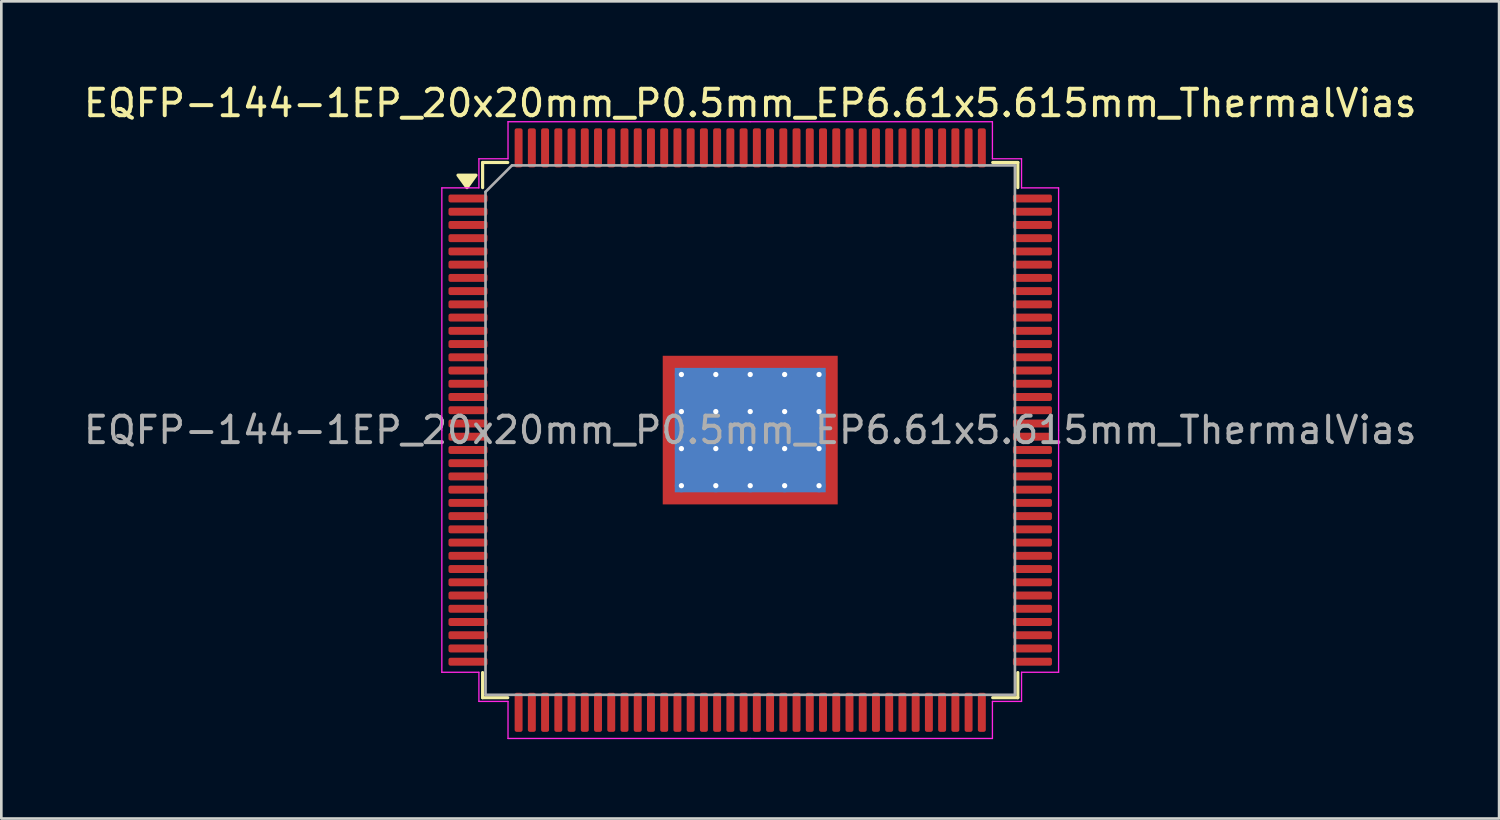
<source format=kicad_pcb>
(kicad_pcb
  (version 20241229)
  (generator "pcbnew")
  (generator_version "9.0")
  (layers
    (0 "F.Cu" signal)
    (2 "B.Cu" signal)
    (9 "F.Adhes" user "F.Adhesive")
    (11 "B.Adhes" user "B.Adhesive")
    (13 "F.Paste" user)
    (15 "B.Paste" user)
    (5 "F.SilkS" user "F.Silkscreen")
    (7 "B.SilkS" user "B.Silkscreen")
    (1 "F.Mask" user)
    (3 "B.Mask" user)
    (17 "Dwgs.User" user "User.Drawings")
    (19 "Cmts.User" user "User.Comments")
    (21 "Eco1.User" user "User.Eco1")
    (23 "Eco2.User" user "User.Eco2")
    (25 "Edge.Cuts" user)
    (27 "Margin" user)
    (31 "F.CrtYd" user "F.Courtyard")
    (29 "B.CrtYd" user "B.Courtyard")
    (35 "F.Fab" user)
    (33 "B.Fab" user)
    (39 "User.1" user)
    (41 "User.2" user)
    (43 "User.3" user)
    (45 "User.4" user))
  (footprint "EQFP-144-1EP_20x20mm_P0.5mm_EP6.61x5.615mm_ThermalVias"
    (layer "F.Cu")
    (at 25.292 13.198)
    (property "Reference" "EQFP-144-1EP_20x20mm_P0.5mm_EP6.61x5.615mm_ThermalVias" (at 0 -12.35 0) (layer "F.SilkS") (effects (font (size 1 1) (thickness 0.15))))
    (attr smd)
    (fp_line (start -10.11 -10.11) (end -10.11 -9.16) (stroke (width 0.12) (type solid)) (layer "F.SilkS"))
    (fp_line (start -10.11 10.11) (end -10.11 9.16) (stroke (width 0.12) (type solid)) (layer "F.SilkS"))
    (fp_line (start -9.16 -10.11) (end -10.11 -10.11) (stroke (width 0.12) (type solid)) (layer "F.SilkS"))
    (fp_line (start -9.16 10.11) (end -10.11 10.11) (stroke (width 0.12) (type solid)) (layer "F.SilkS"))
    (fp_line (start 9.16 -10.11) (end 10.11 -10.11) (stroke (width 0.12) (type solid)) (layer "F.SilkS"))
    (fp_line (start 9.16 10.11) (end 10.11 10.11) (stroke (width 0.12) (type solid)) (layer "F.SilkS"))
    (fp_line (start 10.11 -10.11) (end 10.11 -9.16) (stroke (width 0.12) (type solid)) (layer "F.SilkS"))
    (fp_line (start 10.11 10.11) (end 10.11 9.16) (stroke (width 0.12) (type solid)) (layer "F.SilkS"))
    (fp_poly (pts (xy -10.7 -9.16) (xy -11.04 -9.63) (xy -10.36 -9.63) (xy -10.7 -9.16)) (stroke (width 0.12) (type solid)) (fill yes) (layer "F.SilkS"))
    (fp_line (start -11.65 -9.15) (end -11.65 0) (stroke (width 0.05) (type solid)) (layer "F.CrtYd"))
    (fp_line (start -11.65 9.15) (end -11.65 0) (stroke (width 0.05) (type solid)) (layer "F.CrtYd"))
    (fp_line (start -10.25 -10.25) (end -10.25 -9.15) (stroke (width 0.05) (type solid)) (layer "F.CrtYd"))
    (fp_line (start -10.25 -9.15) (end -11.65 -9.15) (stroke (width 0.05) (type solid)) (layer "F.CrtYd"))
    (fp_line (start -10.25 9.15) (end -11.65 9.15) (stroke (width 0.05) (type solid)) (layer "F.CrtYd"))
    (fp_line (start -10.25 10.25) (end -10.25 9.15) (stroke (width 0.05) (type solid)) (layer "F.CrtYd"))
    (fp_line (start -9.15 -11.65) (end -9.15 -10.25) (stroke (width 0.05) (type solid)) (layer "F.CrtYd"))
    (fp_line (start -9.15 -10.25) (end -10.25 -10.25) (stroke (width 0.05) (type solid)) (layer "F.CrtYd"))
    (fp_line (start -9.15 10.25) (end -10.25 10.25) (stroke (width 0.05) (type solid)) (layer "F.CrtYd"))
    (fp_line (start -9.15 11.65) (end -9.15 10.25) (stroke (width 0.05) (type solid)) (layer "F.CrtYd"))
    (fp_line (start 0 -11.65) (end -9.15 -11.65) (stroke (width 0.05) (type solid)) (layer "F.CrtYd"))
    (fp_line (start 0 -11.65) (end 9.15 -11.65) (stroke (width 0.05) (type solid)) (layer "F.CrtYd"))
    (fp_line (start 0 11.65) (end -9.15 11.65) (stroke (width 0.05) (type solid)) (layer "F.CrtYd"))
    (fp_line (start 0 11.65) (end 9.15 11.65) (stroke (width 0.05) (type solid)) (layer "F.CrtYd"))
    (fp_line (start 9.15 -11.65) (end 9.15 -10.25) (stroke (width 0.05) (type solid)) (layer "F.CrtYd"))
    (fp_line (start 9.15 -10.25) (end 10.25 -10.25) (stroke (width 0.05) (type solid)) (layer "F.CrtYd"))
    (fp_line (start 9.15 10.25) (end 10.25 10.25) (stroke (width 0.05) (type solid)) (layer "F.CrtYd"))
    (fp_line (start 9.15 11.65) (end 9.15 10.25) (stroke (width 0.05) (type solid)) (layer "F.CrtYd"))
    (fp_line (start 10.25 -10.25) (end 10.25 -9.15) (stroke (width 0.05) (type solid)) (layer "F.CrtYd"))
    (fp_line (start 10.25 -9.15) (end 11.65 -9.15) (stroke (width 0.05) (type solid)) (layer "F.CrtYd"))
    (fp_line (start 10.25 9.15) (end 11.65 9.15) (stroke (width 0.05) (type solid)) (layer "F.CrtYd"))
    (fp_line (start 10.25 10.25) (end 10.25 9.15) (stroke (width 0.05) (type solid)) (layer "F.CrtYd"))
    (fp_line (start 11.65 -9.15) (end 11.65 0) (stroke (width 0.05) (type solid)) (layer "F.CrtYd"))
    (fp_line (start 11.65 9.15) (end 11.65 0) (stroke (width 0.05) (type solid)) (layer "F.CrtYd"))
    (fp_line (start -10 -9) (end -9 -10) (stroke (width 0.1) (type solid)) (layer "F.Fab"))
    (fp_line (start -10 10) (end -10 -9) (stroke (width 0.1) (type solid)) (layer "F.Fab"))
    (fp_line (start -9 -10) (end 10 -10) (stroke (width 0.1) (type solid)) (layer "F.Fab"))
    (fp_line (start 10 -10) (end 10 10) (stroke (width 0.1) (type solid)) (layer "F.Fab"))
    (fp_line (start 10 10) (end -10 10) (stroke (width 0.1) (type solid)) (layer "F.Fab"))
    (fp_text user "${REFERENCE}" (at 0 0 0) (layer "F.Fab") (effects (font (size 1 1) (thickness 0.15))))
    (pad "" smd custom (at -2.953 -2.454) (size 0.465 0.465) (layers "F.Paste") (options (anchor circle)) (primitives (gr_poly (pts (xy -0.181 -0.182) (xy 0.181 -0.182) (xy 0.181 0.096) (xy 0.095 0.182) (xy -0.181 0.182)) (width 0.206) (fill yes))))
    (pad "" smd roundrect (at -2.953 -1.4) (size 0.568 1.129) (layers "F.Paste") (roundrect_rratio 0.25))
    (pad "" smd roundrect (at -2.953 0) (size 0.568 1.129) (layers "F.Paste") (roundrect_rratio 0.25))
    (pad "" smd roundrect (at -2.953 1.4) (size 0.568 1.129) (layers "F.Paste") (roundrect_rratio 0.25))
    (pad "" smd custom (at -2.953 2.454) (size 0.465 0.465) (layers "F.Paste") (options (anchor circle)) (primitives (gr_poly (pts (xy -0.181 -0.182) (xy 0.095 -0.182) (xy 0.181 -0.096) (xy 0.181 0.182) (xy -0.181 0.182)) (width 0.206) (fill yes))))
    (pad "" smd custom (at -1.95 -2.454) (size 0.508 0.508) (layers "F.Paste") (options (anchor circle)) (primitives (gr_poly (pts (xy -0.462 -0.223) (xy 0.462 -0.223) (xy 0.462 0.171) (xy 0.41 0.223) (xy -0.41 0.223) (xy -0.462 0.171)) (width 0.125) (fill yes))))
    (pad "" smd roundrect (at -1.95 -1.4) (size 1.048 1.129) (layers "F.Paste") (roundrect_rratio 0.239))
    (pad "" smd roundrect (at -1.95 0) (size 1.048 1.129) (layers "F.Paste") (roundrect_rratio 0.239))
    (pad "" smd roundrect (at -1.95 1.4) (size 1.048 1.129) (layers "F.Paste") (roundrect_rratio 0.239))
    (pad "" smd custom (at -1.95 2.454) (size 0.508 0.508) (layers "F.Paste") (options (anchor circle)) (primitives (gr_poly (pts (xy -0.462 -0.171) (xy -0.41 -0.223) (xy 0.41 -0.223) (xy 0.462 -0.171) (xy 0.462 0.223) (xy -0.462 0.223)) (width 0.125) (fill yes))))
    (pad "" smd custom (at -0.65 -2.454) (size 0.508 0.508) (layers "F.Paste") (options (anchor circle)) (primitives (gr_poly (pts (xy -0.462 -0.223) (xy 0.462 -0.223) (xy 0.462 0.171) (xy 0.41 0.223) (xy -0.41 0.223) (xy -0.462 0.171)) (width 0.125) (fill yes))))
    (pad "" smd roundrect (at -0.65 -1.4) (size 1.048 1.129) (layers "F.Paste") (roundrect_rratio 0.239))
    (pad "" smd roundrect (at -0.65 0) (size 1.048 1.129) (layers "F.Paste") (roundrect_rratio 0.239))
    (pad "" smd roundrect (at -0.65 1.4) (size 1.048 1.129) (layers "F.Paste") (roundrect_rratio 0.239))
    (pad "" smd custom (at -0.65 2.454) (size 0.508 0.508) (layers "F.Paste") (options (anchor circle)) (primitives (gr_poly (pts (xy -0.462 -0.171) (xy -0.41 -0.223) (xy 0.41 -0.223) (xy 0.462 -0.171) (xy 0.462 0.223) (xy -0.462 0.223)) (width 0.125) (fill yes))))
    (pad "" smd custom (at 0.65 -2.454) (size 0.508 0.508) (layers "F.Paste") (options (anchor circle)) (primitives (gr_poly (pts (xy -0.462 -0.223) (xy 0.462 -0.223) (xy 0.462 0.171) (xy 0.41 0.223) (xy -0.41 0.223) (xy -0.462 0.171)) (width 0.125) (fill yes))))
    (pad "" smd roundrect (at 0.65 -1.4) (size 1.048 1.129) (layers "F.Paste") (roundrect_rratio 0.239))
    (pad "" smd roundrect (at 0.65 0) (size 1.048 1.129) (layers "F.Paste") (roundrect_rratio 0.239))
    (pad "" smd roundrect (at 0.65 1.4) (size 1.048 1.129) (layers "F.Paste") (roundrect_rratio 0.239))
    (pad "" smd custom (at 0.65 2.454) (size 0.508 0.508) (layers "F.Paste") (options (anchor circle)) (primitives (gr_poly (pts (xy -0.462 -0.171) (xy -0.41 -0.223) (xy 0.41 -0.223) (xy 0.462 -0.171) (xy 0.462 0.223) (xy -0.462 0.223)) (width 0.125) (fill yes))))
    (pad "" smd custom (at 1.95 -2.454) (size 0.508 0.508) (layers "F.Paste") (options (anchor circle)) (primitives (gr_poly (pts (xy -0.462 -0.223) (xy 0.462 -0.223) (xy 0.462 0.171) (xy 0.41 0.223) (xy -0.41 0.223) (xy -0.462 0.171)) (width 0.125) (fill yes))))
    (pad "" smd roundrect (at 1.95 -1.4) (size 1.048 1.129) (layers "F.Paste") (roundrect_rratio 0.239))
    (pad "" smd roundrect (at 1.95 0) (size 1.048 1.129) (layers "F.Paste") (roundrect_rratio 0.239))
    (pad "" smd roundrect (at 1.95 1.4) (size 1.048 1.129) (layers "F.Paste") (roundrect_rratio 0.239))
    (pad "" smd custom (at 1.95 2.454) (size 0.508 0.508) (layers "F.Paste") (options (anchor circle)) (primitives (gr_poly (pts (xy -0.462 -0.171) (xy -0.41 -0.223) (xy 0.41 -0.223) (xy 0.462 -0.171) (xy 0.462 0.223) (xy -0.462 0.223)) (width 0.125) (fill yes))))
    (pad "" smd custom (at 2.953 -2.454) (size 0.465 0.465) (layers "F.Paste") (options (anchor circle)) (primitives (gr_poly (pts (xy -0.181 -0.182) (xy 0.181 -0.182) (xy 0.181 0.182) (xy -0.095 0.182) (xy -0.181 0.096)) (width 0.206) (fill yes))))
    (pad "" smd roundrect (at 2.953 -1.4) (size 0.568 1.129) (layers "F.Paste") (roundrect_rratio 0.25))
    (pad "" smd roundrect (at 2.953 0) (size 0.568 1.129) (layers "F.Paste") (roundrect_rratio 0.25))
    (pad "" smd roundrect (at 2.953 1.4) (size 0.568 1.129) (layers "F.Paste") (roundrect_rratio 0.25))
    (pad "" smd custom (at 2.953 2.454) (size 0.465 0.465) (layers "F.Paste") (options (anchor circle)) (primitives (gr_poly (pts (xy -0.181 -0.096) (xy -0.095 -0.182) (xy 0.181 -0.182) (xy 0.181 0.182) (xy -0.181 0.182)) (width 0.206) (fill yes))))
    (pad "1" smd roundrect (at -10.662 -8.75) (size 1.475 0.3) (layers "F.Cu" "F.Mask" "F.Paste") (roundrect_rratio 0.25))
    (pad "2" smd roundrect (at -10.662 -8.25) (size 1.475 0.3) (layers "F.Cu" "F.Mask" "F.Paste") (roundrect_rratio 0.25))
    (pad "3" smd roundrect (at -10.662 -7.75) (size 1.475 0.3) (layers "F.Cu" "F.Mask" "F.Paste") (roundrect_rratio 0.25))
    (pad "4" smd roundrect (at -10.662 -7.25) (size 1.475 0.3) (layers "F.Cu" "F.Mask" "F.Paste") (roundrect_rratio 0.25))
    (pad "5" smd roundrect (at -10.662 -6.75) (size 1.475 0.3) (layers "F.Cu" "F.Mask" "F.Paste") (roundrect_rratio 0.25))
    (pad "6" smd roundrect (at -10.662 -6.25) (size 1.475 0.3) (layers "F.Cu" "F.Mask" "F.Paste") (roundrect_rratio 0.25))
    (pad "7" smd roundrect (at -10.662 -5.75) (size 1.475 0.3) (layers "F.Cu" "F.Mask" "F.Paste") (roundrect_rratio 0.25))
    (pad "8" smd roundrect (at -10.662 -5.25) (size 1.475 0.3) (layers "F.Cu" "F.Mask" "F.Paste") (roundrect_rratio 0.25))
    (pad "9" smd roundrect (at -10.662 -4.75) (size 1.475 0.3) (layers "F.Cu" "F.Mask" "F.Paste") (roundrect_rratio 0.25))
    (pad "10" smd roundrect (at -10.662 -4.25) (size 1.475 0.3) (layers "F.Cu" "F.Mask" "F.Paste") (roundrect_rratio 0.25))
    (pad "11" smd roundrect (at -10.662 -3.75) (size 1.475 0.3) (layers "F.Cu" "F.Mask" "F.Paste") (roundrect_rratio 0.25))
    (pad "12" smd roundrect (at -10.662 -3.25) (size 1.475 0.3) (layers "F.Cu" "F.Mask" "F.Paste") (roundrect_rratio 0.25))
    (pad "13" smd roundrect (at -10.662 -2.75) (size 1.475 0.3) (layers "F.Cu" "F.Mask" "F.Paste") (roundrect_rratio 0.25))
    (pad "14" smd roundrect (at -10.662 -2.25) (size 1.475 0.3) (layers "F.Cu" "F.Mask" "F.Paste") (roundrect_rratio 0.25))
    (pad "15" smd roundrect (at -10.662 -1.75) (size 1.475 0.3) (layers "F.Cu" "F.Mask" "F.Paste") (roundrect_rratio 0.25))
    (pad "16" smd roundrect (at -10.662 -1.25) (size 1.475 0.3) (layers "F.Cu" "F.Mask" "F.Paste") (roundrect_rratio 0.25))
    (pad "17" smd roundrect (at -10.662 -0.75) (size 1.475 0.3) (layers "F.Cu" "F.Mask" "F.Paste") (roundrect_rratio 0.25))
    (pad "18" smd roundrect (at -10.662 -0.25) (size 1.475 0.3) (layers "F.Cu" "F.Mask" "F.Paste") (roundrect_rratio 0.25))
    (pad "19" smd roundrect (at -10.662 0.25) (size 1.475 0.3) (layers "F.Cu" "F.Mask" "F.Paste") (roundrect_rratio 0.25))
    (pad "20" smd roundrect (at -10.662 0.75) (size 1.475 0.3) (layers "F.Cu" "F.Mask" "F.Paste") (roundrect_rratio 0.25))
    (pad "21" smd roundrect (at -10.662 1.25) (size 1.475 0.3) (layers "F.Cu" "F.Mask" "F.Paste") (roundrect_rratio 0.25))
    (pad "22" smd roundrect (at -10.662 1.75) (size 1.475 0.3) (layers "F.Cu" "F.Mask" "F.Paste") (roundrect_rratio 0.25))
    (pad "23" smd roundrect (at -10.662 2.25) (size 1.475 0.3) (layers "F.Cu" "F.Mask" "F.Paste") (roundrect_rratio 0.25))
    (pad "24" smd roundrect (at -10.662 2.75) (size 1.475 0.3) (layers "F.Cu" "F.Mask" "F.Paste") (roundrect_rratio 0.25))
    (pad "25" smd roundrect (at -10.662 3.25) (size 1.475 0.3) (layers "F.Cu" "F.Mask" "F.Paste") (roundrect_rratio 0.25))
    (pad "26" smd roundrect (at -10.662 3.75) (size 1.475 0.3) (layers "F.Cu" "F.Mask" "F.Paste") (roundrect_rratio 0.25))
    (pad "27" smd roundrect (at -10.662 4.25) (size 1.475 0.3) (layers "F.Cu" "F.Mask" "F.Paste") (roundrect_rratio 0.25))
    (pad "28" smd roundrect (at -10.662 4.75) (size 1.475 0.3) (layers "F.Cu" "F.Mask" "F.Paste") (roundrect_rratio 0.25))
    (pad "29" smd roundrect (at -10.662 5.25) (size 1.475 0.3) (layers "F.Cu" "F.Mask" "F.Paste") (roundrect_rratio 0.25))
    (pad "30" smd roundrect (at -10.662 5.75) (size 1.475 0.3) (layers "F.Cu" "F.Mask" "F.Paste") (roundrect_rratio 0.25))
    (pad "31" smd roundrect (at -10.662 6.25) (size 1.475 0.3) (layers "F.Cu" "F.Mask" "F.Paste") (roundrect_rratio 0.25))
    (pad "32" smd roundrect (at -10.662 6.75) (size 1.475 0.3) (layers "F.Cu" "F.Mask" "F.Paste") (roundrect_rratio 0.25))
    (pad "33" smd roundrect (at -10.662 7.25) (size 1.475 0.3) (layers "F.Cu" "F.Mask" "F.Paste") (roundrect_rratio 0.25))
    (pad "34" smd roundrect (at -10.662 7.75) (size 1.475 0.3) (layers "F.Cu" "F.Mask" "F.Paste") (roundrect_rratio 0.25))
    (pad "35" smd roundrect (at -10.662 8.25) (size 1.475 0.3) (layers "F.Cu" "F.Mask" "F.Paste") (roundrect_rratio 0.25))
    (pad "36" smd roundrect (at -10.662 8.75) (size 1.475 0.3) (layers "F.Cu" "F.Mask" "F.Paste") (roundrect_rratio 0.25))
    (pad "37" smd roundrect (at -8.75 10.662) (size 0.3 1.475) (layers "F.Cu" "F.Mask" "F.Paste") (roundrect_rratio 0.25))
    (pad "38" smd roundrect (at -8.25 10.662) (size 0.3 1.475) (layers "F.Cu" "F.Mask" "F.Paste") (roundrect_rratio 0.25))
    (pad "39" smd roundrect (at -7.75 10.662) (size 0.3 1.475) (layers "F.Cu" "F.Mask" "F.Paste") (roundrect_rratio 0.25))
    (pad "40" smd roundrect (at -7.25 10.662) (size 0.3 1.475) (layers "F.Cu" "F.Mask" "F.Paste") (roundrect_rratio 0.25))
    (pad "41" smd roundrect (at -6.75 10.662) (size 0.3 1.475) (layers "F.Cu" "F.Mask" "F.Paste") (roundrect_rratio 0.25))
    (pad "42" smd roundrect (at -6.25 10.662) (size 0.3 1.475) (layers "F.Cu" "F.Mask" "F.Paste") (roundrect_rratio 0.25))
    (pad "43" smd roundrect (at -5.75 10.662) (size 0.3 1.475) (layers "F.Cu" "F.Mask" "F.Paste") (roundrect_rratio 0.25))
    (pad "44" smd roundrect (at -5.25 10.662) (size 0.3 1.475) (layers "F.Cu" "F.Mask" "F.Paste") (roundrect_rratio 0.25))
    (pad "45" smd roundrect (at -4.75 10.662) (size 0.3 1.475) (layers "F.Cu" "F.Mask" "F.Paste") (roundrect_rratio 0.25))
    (pad "46" smd roundrect (at -4.25 10.662) (size 0.3 1.475) (layers "F.Cu" "F.Mask" "F.Paste") (roundrect_rratio 0.25))
    (pad "47" smd roundrect (at -3.75 10.662) (size 0.3 1.475) (layers "F.Cu" "F.Mask" "F.Paste") (roundrect_rratio 0.25))
    (pad "48" smd roundrect (at -3.25 10.662) (size 0.3 1.475) (layers "F.Cu" "F.Mask" "F.Paste") (roundrect_rratio 0.25))
    (pad "49" smd roundrect (at -2.75 10.662) (size 0.3 1.475) (layers "F.Cu" "F.Mask" "F.Paste") (roundrect_rratio 0.25))
    (pad "50" smd roundrect (at -2.25 10.662) (size 0.3 1.475) (layers "F.Cu" "F.Mask" "F.Paste") (roundrect_rratio 0.25))
    (pad "51" smd roundrect (at -1.75 10.662) (size 0.3 1.475) (layers "F.Cu" "F.Mask" "F.Paste") (roundrect_rratio 0.25))
    (pad "52" smd roundrect (at -1.25 10.662) (size 0.3 1.475) (layers "F.Cu" "F.Mask" "F.Paste") (roundrect_rratio 0.25))
    (pad "53" smd roundrect (at -0.75 10.662) (size 0.3 1.475) (layers "F.Cu" "F.Mask" "F.Paste") (roundrect_rratio 0.25))
    (pad "54" smd roundrect (at -0.25 10.662) (size 0.3 1.475) (layers "F.Cu" "F.Mask" "F.Paste") (roundrect_rratio 0.25))
    (pad "55" smd roundrect (at 0.25 10.662) (size 0.3 1.475) (layers "F.Cu" "F.Mask" "F.Paste") (roundrect_rratio 0.25))
    (pad "56" smd roundrect (at 0.75 10.662) (size 0.3 1.475) (layers "F.Cu" "F.Mask" "F.Paste") (roundrect_rratio 0.25))
    (pad "57" smd roundrect (at 1.25 10.662) (size 0.3 1.475) (layers "F.Cu" "F.Mask" "F.Paste") (roundrect_rratio 0.25))
    (pad "58" smd roundrect (at 1.75 10.662) (size 0.3 1.475) (layers "F.Cu" "F.Mask" "F.Paste") (roundrect_rratio 0.25))
    (pad "59" smd roundrect (at 2.25 10.662) (size 0.3 1.475) (layers "F.Cu" "F.Mask" "F.Paste") (roundrect_rratio 0.25))
    (pad "60" smd roundrect (at 2.75 10.662) (size 0.3 1.475) (layers "F.Cu" "F.Mask" "F.Paste") (roundrect_rratio 0.25))
    (pad "61" smd roundrect (at 3.25 10.662) (size 0.3 1.475) (layers "F.Cu" "F.Mask" "F.Paste") (roundrect_rratio 0.25))
    (pad "62" smd roundrect (at 3.75 10.662) (size 0.3 1.475) (layers "F.Cu" "F.Mask" "F.Paste") (roundrect_rratio 0.25))
    (pad "63" smd roundrect (at 4.25 10.662) (size 0.3 1.475) (layers "F.Cu" "F.Mask" "F.Paste") (roundrect_rratio 0.25))
    (pad "64" smd roundrect (at 4.75 10.662) (size 0.3 1.475) (layers "F.Cu" "F.Mask" "F.Paste") (roundrect_rratio 0.25))
    (pad "65" smd roundrect (at 5.25 10.662) (size 0.3 1.475) (layers "F.Cu" "F.Mask" "F.Paste") (roundrect_rratio 0.25))
    (pad "66" smd roundrect (at 5.75 10.662) (size 0.3 1.475) (layers "F.Cu" "F.Mask" "F.Paste") (roundrect_rratio 0.25))
    (pad "67" smd roundrect (at 6.25 10.662) (size 0.3 1.475) (layers "F.Cu" "F.Mask" "F.Paste") (roundrect_rratio 0.25))
    (pad "68" smd roundrect (at 6.75 10.662) (size 0.3 1.475) (layers "F.Cu" "F.Mask" "F.Paste") (roundrect_rratio 0.25))
    (pad "69" smd roundrect (at 7.25 10.662) (size 0.3 1.475) (layers "F.Cu" "F.Mask" "F.Paste") (roundrect_rratio 0.25))
    (pad "70" smd roundrect (at 7.75 10.662) (size 0.3 1.475) (layers "F.Cu" "F.Mask" "F.Paste") (roundrect_rratio 0.25))
    (pad "71" smd roundrect (at 8.25 10.662) (size 0.3 1.475) (layers "F.Cu" "F.Mask" "F.Paste") (roundrect_rratio 0.25))
    (pad "72" smd roundrect (at 8.75 10.662) (size 0.3 1.475) (layers "F.Cu" "F.Mask" "F.Paste") (roundrect_rratio 0.25))
    (pad "73" smd roundrect (at 10.662 8.75) (size 1.475 0.3) (layers "F.Cu" "F.Mask" "F.Paste") (roundrect_rratio 0.25))
    (pad "74" smd roundrect (at 10.662 8.25) (size 1.475 0.3) (layers "F.Cu" "F.Mask" "F.Paste") (roundrect_rratio 0.25))
    (pad "75" smd roundrect (at 10.662 7.75) (size 1.475 0.3) (layers "F.Cu" "F.Mask" "F.Paste") (roundrect_rratio 0.25))
    (pad "76" smd roundrect (at 10.662 7.25) (size 1.475 0.3) (layers "F.Cu" "F.Mask" "F.Paste") (roundrect_rratio 0.25))
    (pad "77" smd roundrect (at 10.662 6.75) (size 1.475 0.3) (layers "F.Cu" "F.Mask" "F.Paste") (roundrect_rratio 0.25))
    (pad "78" smd roundrect (at 10.662 6.25) (size 1.475 0.3) (layers "F.Cu" "F.Mask" "F.Paste") (roundrect_rratio 0.25))
    (pad "79" smd roundrect (at 10.662 5.75) (size 1.475 0.3) (layers "F.Cu" "F.Mask" "F.Paste") (roundrect_rratio 0.25))
    (pad "80" smd roundrect (at 10.662 5.25) (size 1.475 0.3) (layers "F.Cu" "F.Mask" "F.Paste") (roundrect_rratio 0.25))
    (pad "81" smd roundrect (at 10.662 4.75) (size 1.475 0.3) (layers "F.Cu" "F.Mask" "F.Paste") (roundrect_rratio 0.25))
    (pad "82" smd roundrect (at 10.662 4.25) (size 1.475 0.3) (layers "F.Cu" "F.Mask" "F.Paste") (roundrect_rratio 0.25))
    (pad "83" smd roundrect (at 10.662 3.75) (size 1.475 0.3) (layers "F.Cu" "F.Mask" "F.Paste") (roundrect_rratio 0.25))
    (pad "84" smd roundrect (at 10.662 3.25) (size 1.475 0.3) (layers "F.Cu" "F.Mask" "F.Paste") (roundrect_rratio 0.25))
    (pad "85" smd roundrect (at 10.662 2.75) (size 1.475 0.3) (layers "F.Cu" "F.Mask" "F.Paste") (roundrect_rratio 0.25))
    (pad "86" smd roundrect (at 10.662 2.25) (size 1.475 0.3) (layers "F.Cu" "F.Mask" "F.Paste") (roundrect_rratio 0.25))
    (pad "87" smd roundrect (at 10.662 1.75) (size 1.475 0.3) (layers "F.Cu" "F.Mask" "F.Paste") (roundrect_rratio 0.25))
    (pad "88" smd roundrect (at 10.662 1.25) (size 1.475 0.3) (layers "F.Cu" "F.Mask" "F.Paste") (roundrect_rratio 0.25))
    (pad "89" smd roundrect (at 10.662 0.75) (size 1.475 0.3) (layers "F.Cu" "F.Mask" "F.Paste") (roundrect_rratio 0.25))
    (pad "90" smd roundrect (at 10.662 0.25) (size 1.475 0.3) (layers "F.Cu" "F.Mask" "F.Paste") (roundrect_rratio 0.25))
    (pad "91" smd roundrect (at 10.662 -0.25) (size 1.475 0.3) (layers "F.Cu" "F.Mask" "F.Paste") (roundrect_rratio 0.25))
    (pad "92" smd roundrect (at 10.662 -0.75) (size 1.475 0.3) (layers "F.Cu" "F.Mask" "F.Paste") (roundrect_rratio 0.25))
    (pad "93" smd roundrect (at 10.662 -1.25) (size 1.475 0.3) (layers "F.Cu" "F.Mask" "F.Paste") (roundrect_rratio 0.25))
    (pad "94" smd roundrect (at 10.662 -1.75) (size 1.475 0.3) (layers "F.Cu" "F.Mask" "F.Paste") (roundrect_rratio 0.25))
    (pad "95" smd roundrect (at 10.662 -2.25) (size 1.475 0.3) (layers "F.Cu" "F.Mask" "F.Paste") (roundrect_rratio 0.25))
    (pad "96" smd roundrect (at 10.662 -2.75) (size 1.475 0.3) (layers "F.Cu" "F.Mask" "F.Paste") (roundrect_rratio 0.25))
    (pad "97" smd roundrect (at 10.662 -3.25) (size 1.475 0.3) (layers "F.Cu" "F.Mask" "F.Paste") (roundrect_rratio 0.25))
    (pad "98" smd roundrect (at 10.662 -3.75) (size 1.475 0.3) (layers "F.Cu" "F.Mask" "F.Paste") (roundrect_rratio 0.25))
    (pad "99" smd roundrect (at 10.662 -4.25) (size 1.475 0.3) (layers "F.Cu" "F.Mask" "F.Paste") (roundrect_rratio 0.25))
    (pad "100" smd roundrect (at 10.662 -4.75) (size 1.475 0.3) (layers "F.Cu" "F.Mask" "F.Paste") (roundrect_rratio 0.25))
    (pad "101" smd roundrect (at 10.662 -5.25) (size 1.475 0.3) (layers "F.Cu" "F.Mask" "F.Paste") (roundrect_rratio 0.25))
    (pad "102" smd roundrect (at 10.662 -5.75) (size 1.475 0.3) (layers "F.Cu" "F.Mask" "F.Paste") (roundrect_rratio 0.25))
    (pad "103" smd roundrect (at 10.662 -6.25) (size 1.475 0.3) (layers "F.Cu" "F.Mask" "F.Paste") (roundrect_rratio 0.25))
    (pad "104" smd roundrect (at 10.662 -6.75) (size 1.475 0.3) (layers "F.Cu" "F.Mask" "F.Paste") (roundrect_rratio 0.25))
    (pad "105" smd roundrect (at 10.662 -7.25) (size 1.475 0.3) (layers "F.Cu" "F.Mask" "F.Paste") (roundrect_rratio 0.25))
    (pad "106" smd roundrect (at 10.662 -7.75) (size 1.475 0.3) (layers "F.Cu" "F.Mask" "F.Paste") (roundrect_rratio 0.25))
    (pad "107" smd roundrect (at 10.662 -8.25) (size 1.475 0.3) (layers "F.Cu" "F.Mask" "F.Paste") (roundrect_rratio 0.25))
    (pad "108" smd roundrect (at 10.662 -8.75) (size 1.475 0.3) (layers "F.Cu" "F.Mask" "F.Paste") (roundrect_rratio 0.25))
    (pad "109" smd roundrect (at 8.75 -10.662) (size 0.3 1.475) (layers "F.Cu" "F.Mask" "F.Paste") (roundrect_rratio 0.25))
    (pad "110" smd roundrect (at 8.25 -10.662) (size 0.3 1.475) (layers "F.Cu" "F.Mask" "F.Paste") (roundrect_rratio 0.25))
    (pad "111" smd roundrect (at 7.75 -10.662) (size 0.3 1.475) (layers "F.Cu" "F.Mask" "F.Paste") (roundrect_rratio 0.25))
    (pad "112" smd roundrect (at 7.25 -10.662) (size 0.3 1.475) (layers "F.Cu" "F.Mask" "F.Paste") (roundrect_rratio 0.25))
    (pad "113" smd roundrect (at 6.75 -10.662) (size 0.3 1.475) (layers "F.Cu" "F.Mask" "F.Paste") (roundrect_rratio 0.25))
    (pad "114" smd roundrect (at 6.25 -10.662) (size 0.3 1.475) (layers "F.Cu" "F.Mask" "F.Paste") (roundrect_rratio 0.25))
    (pad "115" smd roundrect (at 5.75 -10.662) (size 0.3 1.475) (layers "F.Cu" "F.Mask" "F.Paste") (roundrect_rratio 0.25))
    (pad "116" smd roundrect (at 5.25 -10.662) (size 0.3 1.475) (layers "F.Cu" "F.Mask" "F.Paste") (roundrect_rratio 0.25))
    (pad "117" smd roundrect (at 4.75 -10.662) (size 0.3 1.475) (layers "F.Cu" "F.Mask" "F.Paste") (roundrect_rratio 0.25))
    (pad "118" smd roundrect (at 4.25 -10.662) (size 0.3 1.475) (layers "F.Cu" "F.Mask" "F.Paste") (roundrect_rratio 0.25))
    (pad "119" smd roundrect (at 3.75 -10.662) (size 0.3 1.475) (layers "F.Cu" "F.Mask" "F.Paste") (roundrect_rratio 0.25))
    (pad "120" smd roundrect (at 3.25 -10.662) (size 0.3 1.475) (layers "F.Cu" "F.Mask" "F.Paste") (roundrect_rratio 0.25))
    (pad "121" smd roundrect (at 2.75 -10.662) (size 0.3 1.475) (layers "F.Cu" "F.Mask" "F.Paste") (roundrect_rratio 0.25))
    (pad "122" smd roundrect (at 2.25 -10.662) (size 0.3 1.475) (layers "F.Cu" "F.Mask" "F.Paste") (roundrect_rratio 0.25))
    (pad "123" smd roundrect (at 1.75 -10.662) (size 0.3 1.475) (layers "F.Cu" "F.Mask" "F.Paste") (roundrect_rratio 0.25))
    (pad "124" smd roundrect (at 1.25 -10.662) (size 0.3 1.475) (layers "F.Cu" "F.Mask" "F.Paste") (roundrect_rratio 0.25))
    (pad "125" smd roundrect (at 0.75 -10.662) (size 0.3 1.475) (layers "F.Cu" "F.Mask" "F.Paste") (roundrect_rratio 0.25))
    (pad "126" smd roundrect (at 0.25 -10.662) (size 0.3 1.475) (layers "F.Cu" "F.Mask" "F.Paste") (roundrect_rratio 0.25))
    (pad "127" smd roundrect (at -0.25 -10.662) (size 0.3 1.475) (layers "F.Cu" "F.Mask" "F.Paste") (roundrect_rratio 0.25))
    (pad "128" smd roundrect (at -0.75 -10.662) (size 0.3 1.475) (layers "F.Cu" "F.Mask" "F.Paste") (roundrect_rratio 0.25))
    (pad "129" smd roundrect (at -1.25 -10.662) (size 0.3 1.475) (layers "F.Cu" "F.Mask" "F.Paste") (roundrect_rratio 0.25))
    (pad "130" smd roundrect (at -1.75 -10.662) (size 0.3 1.475) (layers "F.Cu" "F.Mask" "F.Paste") (roundrect_rratio 0.25))
    (pad "131" smd roundrect (at -2.25 -10.662) (size 0.3 1.475) (layers "F.Cu" "F.Mask" "F.Paste") (roundrect_rratio 0.25))
    (pad "132" smd roundrect (at -2.75 -10.662) (size 0.3 1.475) (layers "F.Cu" "F.Mask" "F.Paste") (roundrect_rratio 0.25))
    (pad "133" smd roundrect (at -3.25 -10.662) (size 0.3 1.475) (layers "F.Cu" "F.Mask" "F.Paste") (roundrect_rratio 0.25))
    (pad "134" smd roundrect (at -3.75 -10.662) (size 0.3 1.475) (layers "F.Cu" "F.Mask" "F.Paste") (roundrect_rratio 0.25))
    (pad "135" smd roundrect (at -4.25 -10.662) (size 0.3 1.475) (layers "F.Cu" "F.Mask" "F.Paste") (roundrect_rratio 0.25))
    (pad "136" smd roundrect (at -4.75 -10.662) (size 0.3 1.475) (layers "F.Cu" "F.Mask" "F.Paste") (roundrect_rratio 0.25))
    (pad "137" smd roundrect (at -5.25 -10.662) (size 0.3 1.475) (layers "F.Cu" "F.Mask" "F.Paste") (roundrect_rratio 0.25))
    (pad "138" smd roundrect (at -5.75 -10.662) (size 0.3 1.475) (layers "F.Cu" "F.Mask" "F.Paste") (roundrect_rratio 0.25))
    (pad "139" smd roundrect (at -6.25 -10.662) (size 0.3 1.475) (layers "F.Cu" "F.Mask" "F.Paste") (roundrect_rratio 0.25))
    (pad "140" smd roundrect (at -6.75 -10.662) (size 0.3 1.475) (layers "F.Cu" "F.Mask" "F.Paste") (roundrect_rratio 0.25))
    (pad "141" smd roundrect (at -7.25 -10.662) (size 0.3 1.475) (layers "F.Cu" "F.Mask" "F.Paste") (roundrect_rratio 0.25))
    (pad "142" smd roundrect (at -7.75 -10.662) (size 0.3 1.475) (layers "F.Cu" "F.Mask" "F.Paste") (roundrect_rratio 0.25))
    (pad "143" smd roundrect (at -8.25 -10.662) (size 0.3 1.475) (layers "F.Cu" "F.Mask" "F.Paste") (roundrect_rratio 0.25))
    (pad "144" smd roundrect (at -8.75 -10.662) (size 0.3 1.475) (layers "F.Cu" "F.Mask" "F.Paste") (roundrect_rratio 0.25))
    (pad "145" thru_hole circle (at -2.6 -2.1) (size 0.5 0.5) (drill 0.2) (property pad_prop_heatsink) (layers "*.Cu"))
    (pad "145" thru_hole circle (at -2.6 -0.7) (size 0.5 0.5) (drill 0.2) (property pad_prop_heatsink) (layers "*.Cu"))
    (pad "145" thru_hole circle (at -2.6 0.7) (size 0.5 0.5) (drill 0.2) (property pad_prop_heatsink) (layers "*.Cu"))
    (pad "145" thru_hole circle (at -2.6 2.1) (size 0.5 0.5) (drill 0.2) (property pad_prop_heatsink) (layers "*.Cu"))
    (pad "145" thru_hole circle (at -1.3 -2.1) (size 0.5 0.5) (drill 0.2) (property pad_prop_heatsink) (layers "*.Cu"))
    (pad "145" thru_hole circle (at -1.3 -0.7) (size 0.5 0.5) (drill 0.2) (property pad_prop_heatsink) (layers "*.Cu"))
    (pad "145" thru_hole circle (at -1.3 0.7) (size 0.5 0.5) (drill 0.2) (property pad_prop_heatsink) (layers "*.Cu"))
    (pad "145" thru_hole circle (at -1.3 2.1) (size 0.5 0.5) (drill 0.2) (property pad_prop_heatsink) (layers "*.Cu"))
    (pad "145" thru_hole circle (at 0 -2.1) (size 0.5 0.5) (drill 0.2) (property pad_prop_heatsink) (layers "*.Cu"))
    (pad "145" thru_hole circle (at 0 -0.7) (size 0.5 0.5) (drill 0.2) (property pad_prop_heatsink) (layers "*.Cu"))
    (pad "145" smd rect (at 0 0) (size 5.7 4.7) (property pad_prop_heatsink) (layers "B.Cu"))
    (pad "145" smd rect (at 0 0) (size 6.61 5.615) (property pad_prop_heatsink) (layers "F.Cu" "F.Mask"))
    (pad "145" thru_hole circle (at 0 0.7) (size 0.5 0.5) (drill 0.2) (property pad_prop_heatsink) (layers "*.Cu"))
    (pad "145" thru_hole circle (at 0 2.1) (size 0.5 0.5) (drill 0.2) (property pad_prop_heatsink) (layers "*.Cu"))
    (pad "145" thru_hole circle (at 1.3 -2.1) (size 0.5 0.5) (drill 0.2) (property pad_prop_heatsink) (layers "*.Cu"))
    (pad "145" thru_hole circle (at 1.3 -0.7) (size 0.5 0.5) (drill 0.2) (property pad_prop_heatsink) (layers "*.Cu"))
    (pad "145" thru_hole circle (at 1.3 0.7) (size 0.5 0.5) (drill 0.2) (property pad_prop_heatsink) (layers "*.Cu"))
    (pad "145" thru_hole circle (at 1.3 2.1) (size 0.5 0.5) (drill 0.2) (property pad_prop_heatsink) (layers "*.Cu"))
    (pad "145" thru_hole circle (at 2.6 -2.1) (size 0.5 0.5) (drill 0.2) (property pad_prop_heatsink) (layers "*.Cu"))
    (pad "145" thru_hole circle (at 2.6 -0.7) (size 0.5 0.5) (drill 0.2) (property pad_prop_heatsink) (layers "*.Cu"))
    (pad "145" thru_hole circle (at 2.6 0.7) (size 0.5 0.5) (drill 0.2) (property pad_prop_heatsink) (layers "*.Cu"))
    (pad "145" thru_hole circle (at 2.6 2.1) (size 0.5 0.5) (drill 0.2) (property pad_prop_heatsink) (layers "*.Cu")))
  (gr_rect
    (start -3 -3)
    (end 53.583 27.873)
    (stroke (width 0.1) (type default))
    (fill no)
    (layer "Edge.Cuts")))
</source>
